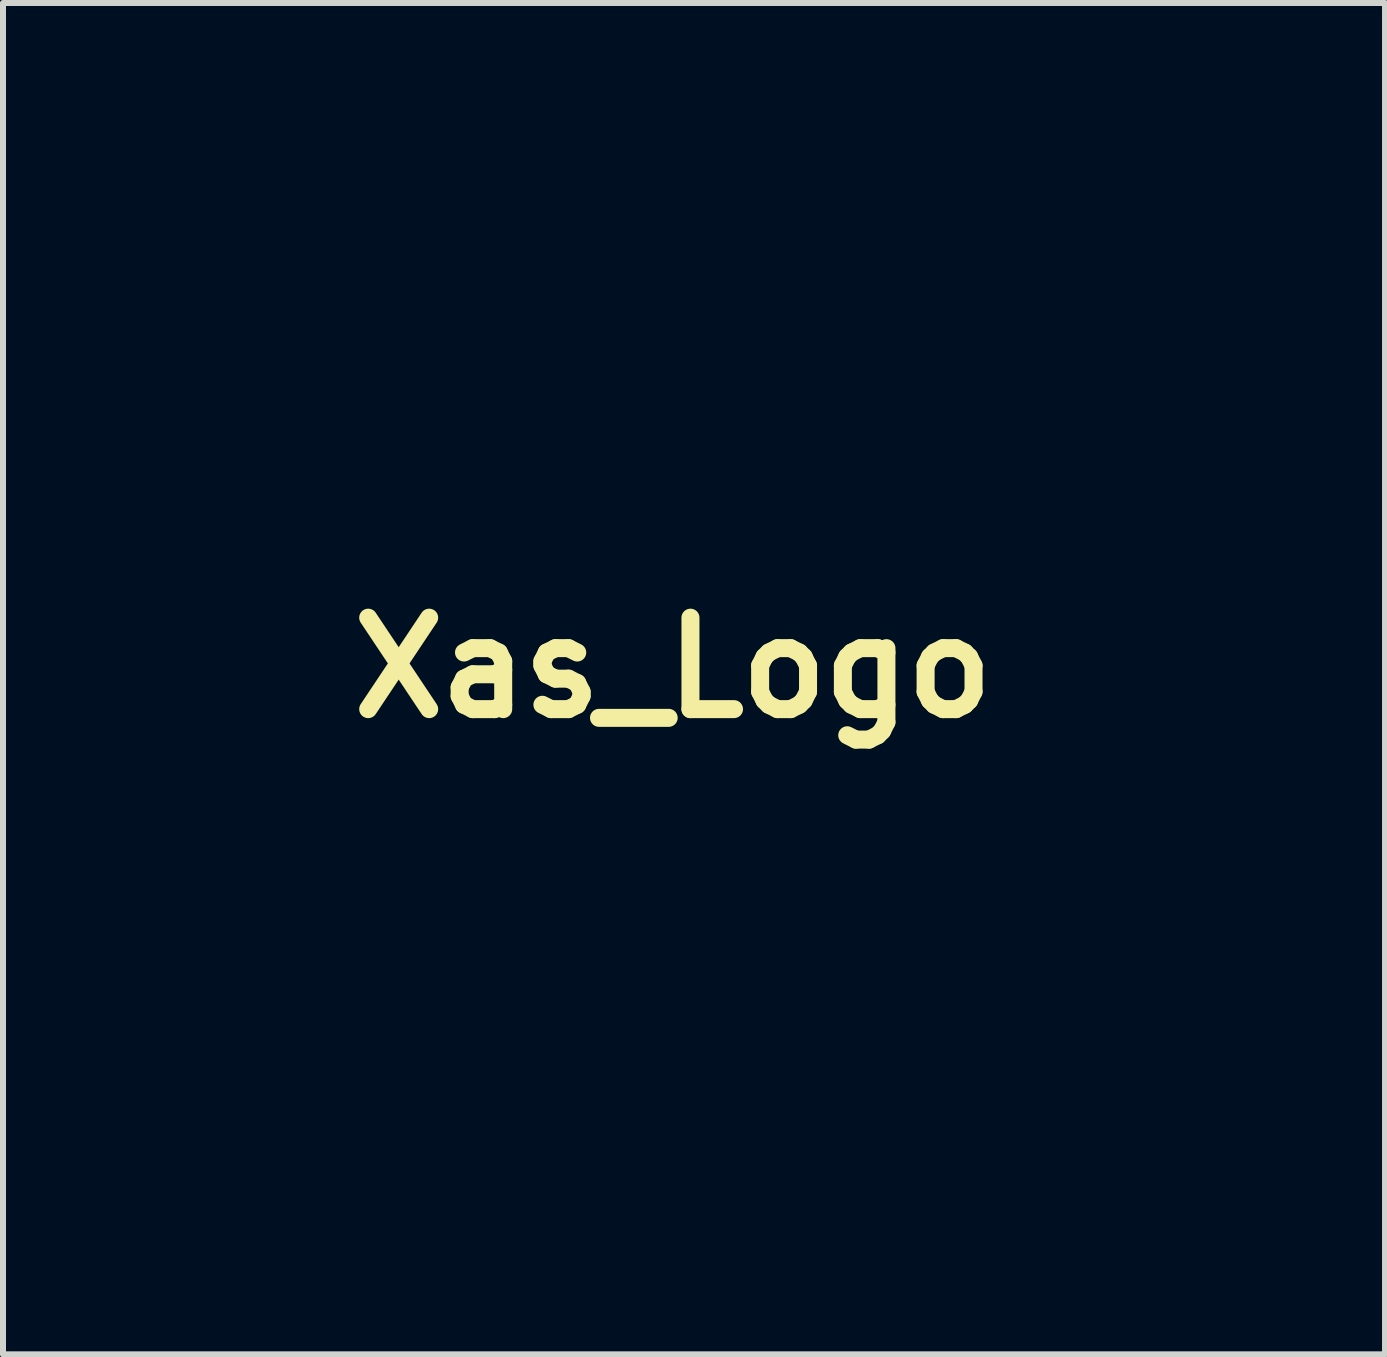
<source format=kicad_pcb>
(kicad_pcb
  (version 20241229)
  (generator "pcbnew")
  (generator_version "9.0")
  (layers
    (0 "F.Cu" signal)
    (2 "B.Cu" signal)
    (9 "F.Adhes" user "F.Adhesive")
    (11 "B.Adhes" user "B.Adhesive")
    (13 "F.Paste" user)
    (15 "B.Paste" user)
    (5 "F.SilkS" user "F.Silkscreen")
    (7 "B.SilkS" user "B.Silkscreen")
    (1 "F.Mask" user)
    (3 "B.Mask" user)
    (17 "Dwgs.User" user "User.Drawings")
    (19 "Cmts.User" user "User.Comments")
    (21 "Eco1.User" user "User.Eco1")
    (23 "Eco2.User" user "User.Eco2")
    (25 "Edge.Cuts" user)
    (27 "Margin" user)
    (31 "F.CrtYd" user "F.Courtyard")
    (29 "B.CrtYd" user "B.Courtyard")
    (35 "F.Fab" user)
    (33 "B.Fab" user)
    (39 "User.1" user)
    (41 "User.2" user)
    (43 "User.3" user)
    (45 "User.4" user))
  (footprint "Xas_Logo"
    (layer "F.Cu")
    (at 8.166 8.078)
    (property "Reference" "Xas_Logo" (at 0 0 0) (layer "F.SilkS") (effects (font (size 1.524 1.524) (thickness 0.3))))
    (attr through_hole)
    (fp_poly (pts (xy 4.361 0.369) (xy 4.345 0.453) (xy 4.257 0.574) (xy 4.096 0.667) (xy 3.887 0.725) (xy 3.656 0.745) (xy 3.428 0.72) (xy 3.27 0.668) (xy 3.095 0.57) (xy 3.016 0.485) (xy 3.028 0.408) (xy 3.042 0.392) (xy 3.113 0.367) (xy 3.235 0.403) (xy 3.278 0.422) (xy 3.55 0.5) (xy 3.827 0.476) (xy 4.06 0.379) (xy 4.226 0.303) (xy 4.327 0.3) (xy 4.361 0.369)) (stroke (width 0.01) (type solid)) (fill yes) (layer "F.Mask"))
    (fp_poly (pts (xy -1.566 -3.918) (xy -1.393 -3.799) (xy -1.234 -3.625) (xy -1.178 -3.541) (xy -1.101 -3.373) (xy -1.052 -3.186) (xy -1.036 -3.012) (xy -1.058 -2.887) (xy -1.072 -2.865) (xy -1.158 -2.799) (xy -1.225 -2.822) (xy -1.242 -2.857) (xy -1.261 -2.947) (xy -1.284 -3.086) (xy -1.289 -3.117) (xy -1.367 -3.376) (xy -1.523 -3.573) (xy -1.641 -3.657) (xy -1.82 -3.777) (xy -1.905 -3.869) (xy -1.896 -3.93) (xy -1.792 -3.96) (xy -1.728 -3.962) (xy -1.566 -3.918)) (stroke (width 0.01) (type solid)) (fill yes) (layer "F.Mask"))
    (fp_poly (pts (xy 0.254 -8.073) (xy 0.667 -8.062) (xy 1.058 -8.041) (xy 1.406 -8.01) (xy 1.69 -7.97) (xy 1.854 -7.933) (xy 2.177 -7.832) (xy 2.556 -7.705) (xy 2.952 -7.565) (xy 3.327 -7.426) (xy 3.378 -7.407) (xy 3.673 -7.279) (xy 3.997 -7.116) (xy 4.334 -6.927) (xy 4.668 -6.723) (xy 4.986 -6.513) (xy 5.271 -6.307) (xy 5.508 -6.117) (xy 5.682 -5.95) (xy 5.771 -5.831) (xy 5.853 -5.699) (xy 5.912 -5.616) (xy 5.985 -5.523) (xy 6.096 -5.382) (xy 6.217 -5.227) (xy 6.766 -4.453) (xy 7.225 -3.646) (xy 7.589 -2.814) (xy 7.591 -2.81) (xy 7.682 -2.556) (xy 7.761 -2.314) (xy 7.821 -2.111) (xy 7.851 -1.976) (xy 7.852 -1.975) (xy 7.883 -1.794) (xy 7.922 -1.625) (xy 7.931 -1.595) (xy 7.979 -1.437) (xy 8.319 -1.531) (xy 8.545 -1.591) (xy 8.694 -1.618) (xy 8.782 -1.61) (xy 8.83 -1.567) (xy 8.854 -1.487) (xy 8.854 -1.486) (xy 8.86 -1.389) (xy 8.827 -1.3) (xy 8.743 -1.206) (xy 8.596 -1.092) (xy 8.372 -0.945) (xy 8.356 -0.935) (xy 7.996 -0.706) (xy 8.012 -0.115) (xy 8.003 0.598) (xy 7.939 1.305) (xy 7.823 1.99) (xy 7.66 2.634) (xy 7.452 3.22) (xy 7.205 3.729) (xy 7.188 3.759) (xy 7.081 3.943) (xy 6.95 4.17) (xy 6.821 4.394) (xy 6.807 4.42) (xy 6.648 4.691) (xy 6.506 4.916) (xy 6.366 5.113) (xy 6.214 5.297) (xy 6.033 5.486) (xy 5.812 5.697) (xy 5.533 5.947) (xy 5.359 6.099) (xy 5.076 6.346) (xy 4.86 6.534) (xy 4.701 6.67) (xy 4.591 6.763) (xy 4.52 6.82) (xy 4.479 6.849) (xy 4.458 6.858) (xy 4.456 6.858) (xy 4.403 6.883) (xy 4.285 6.95) (xy 4.122 7.048) (xy 4.027 7.106) (xy 3.697 7.302) (xy 3.367 7.482) (xy 3.063 7.632) (xy 2.807 7.741) (xy 2.718 7.772) (xy 2.578 7.821) (xy 2.479 7.865) (xy 2.464 7.875) (xy 2.394 7.895) (xy 2.247 7.918) (xy 2.05 7.94) (xy 1.93 7.95) (xy 1.683 7.971) (xy 1.442 7.998) (xy 1.246 8.024) (xy 1.194 8.033) (xy 1.056 8.049) (xy 0.841 8.063) (xy 0.571 8.073) (xy 0.271 8.08) (xy 0.076 8.081) (xy -0.481 8.068) (xy -1.009 8.028) (xy -1.489 7.964) (xy -1.904 7.879) (xy -2.215 7.782) (xy -2.402 7.714) (xy -1.734 7.714) (xy -1.489 7.75) (xy -1.29 7.781) (xy -1.091 7.815) (xy -1.041 7.824) (xy -0.915 7.839) (xy -0.718 7.85) (xy -0.471 7.859) (xy -0.192 7.865) (xy 0.099 7.867) (xy 0.383 7.866) (xy 0.641 7.861) (xy 0.852 7.854) (xy 0.999 7.842) (xy 1.058 7.83) (xy 1.065 7.795) (xy 0.972 7.764) (xy 0.906 7.753) (xy 0.641 7.699) (xy 0.319 7.613) (xy -0.026 7.506) (xy -0.117 7.474) (xy 1.344 7.474) (xy 1.381 7.499) (xy 1.473 7.52) (xy 1.629 7.543) (xy 1.807 7.557) (xy 1.984 7.562) (xy 2.137 7.559) (xy 2.245 7.547) (xy 2.284 7.527) (xy 2.272 7.514) (xy 2.165 7.479) (xy 1.993 7.45) (xy 1.793 7.431) (xy 1.6 7.423) (xy 1.448 7.43) (xy 1.388 7.444) (xy 1.344 7.474) (xy -0.117 7.474) (xy -0.357 7.39) (xy -0.623 7.281) (xy -1.017 7.106) (xy -1.145 7.257) (xy -1.265 7.376) (xy -1.424 7.506) (xy -1.503 7.562) (xy -1.734 7.714) (xy -2.402 7.714) (xy -2.468 7.691) (xy -2.637 7.647) (xy -2.726 7.649) (xy -2.743 7.677) (xy -2.757 7.752) (xy -2.793 7.895) (xy -2.844 8.074) (xy -2.847 8.084) (xy -2.918 8.289) (xy -2.989 8.403) (xy -3.07 8.437) (xy -3.173 8.4) (xy -3.193 8.387) (xy -3.253 8.3) (xy -3.301 8.13) (xy -3.335 7.898) (xy -3.35 7.624) (xy -3.351 7.591) (xy -3.352 7.538) (xy -1.981 7.538) (xy -1.945 7.553) (xy -1.851 7.516) (xy -1.72 7.441) (xy -1.573 7.339) (xy -1.431 7.224) (xy -1.403 7.197) (xy -1.143 6.953) (xy -1.295 6.829) (xy -1.443 6.737) (xy -1.502 6.723) (xy -0.812 6.723) (xy -0.781 6.817) (xy -0.662 6.898) (xy -0.517 6.954) (xy -0.532 6.922) (xy -0.59 6.835) (xy -0.606 6.812) (xy -0.677 6.694) (xy -0.711 6.603) (xy -0.712 6.596) (xy -0.721 6.569) (xy -0.466 6.569) (xy -0.453 6.656) (xy -0.431 6.692) (xy -0.316 6.782) (xy -0.146 6.84) (xy 0.035 6.855) (xy 0.182 6.821) (xy 0.194 6.814) (xy 0.212 6.759) (xy 0.16 6.683) (xy 0.059 6.603) (xy -0.065 6.538) (xy -0.191 6.505) (xy -0.22 6.503) (xy -0.389 6.52) (xy -0.466 6.569) (xy -0.721 6.569) (xy -0.724 6.559) (xy -0.762 6.604) (xy -0.812 6.723) (xy -1.502 6.723) (xy -1.569 6.706) (xy -1.653 6.738) (xy -1.676 6.809) (xy -1.699 6.906) (xy -1.756 7.058) (xy -1.829 7.214) (xy -1.906 7.37) (xy -1.961 7.487) (xy -1.981 7.538) (xy -3.352 7.538) (xy -3.355 7.419) (xy -3.356 7.417) (xy -2.68 7.417) (xy -2.521 7.463) (xy -2.37 7.501) (xy -2.266 7.499) (xy -2.187 7.444) (xy -2.111 7.32) (xy -2.035 7.161) (xy -1.939 6.926) (xy -1.903 6.766) (xy -1.929 6.678) (xy -1.998 6.655) (xy -2.084 6.625) (xy -2.198 6.553) (xy -2.207 6.547) (xy -2.312 6.484) (xy -2.383 6.48) (xy -2.387 6.483) (xy -2.42 6.549) (xy -2.469 6.689) (xy -2.528 6.877) (xy -2.555 6.972) (xy -2.68 7.417) (xy -3.356 7.417) (xy -3.375 7.317) (xy -3.422 7.255) (xy -3.511 7.203) (xy -3.518 7.199) (xy -4.022 6.927) (xy -4.485 6.644) (xy -4.937 6.329) (xy -5.408 5.961) (xy -5.596 5.805) (xy -5.838 5.585) (xy -6.091 5.325) (xy -6.335 5.048) (xy -6.549 4.778) (xy -6.715 4.537) (xy -6.776 4.431) (xy -6.849 4.301) (xy -6.954 4.126) (xy -7.057 3.963) (xy -7.238 3.662) (xy -7.412 3.334) (xy -7.566 3.007) (xy -7.686 2.711) (xy -7.749 2.515) (xy -7.793 2.339) (xy -7.845 2.113) (xy -7.901 1.862) (xy -7.956 1.606) (xy -8.005 1.37) (xy -8.043 1.177) (xy -8.066 1.048) (xy -8.069 1.016) (xy -8.074 0.941) (xy -8.084 0.784) (xy -8.099 0.564) (xy -8.117 0.3) (xy -8.128 0.127) (xy -8.145 -0.17) (xy -8.156 -0.449) (xy -8.157 -0.462) (xy -7.808 -0.462) (xy -7.788 0.07) (xy -7.737 0.637) (xy -7.656 1.226) (xy -7.616 1.459) (xy -7.525 1.927) (xy -7.43 2.316) (xy -7.327 2.65) (xy -7.207 2.952) (xy -7.112 3.153) (xy -7.017 3.329) (xy -6.896 3.54) (xy -6.757 3.769) (xy -6.613 4.001) (xy -6.473 4.217) (xy -6.348 4.403) (xy -6.249 4.541) (xy -6.185 4.615) (xy -6.172 4.623) (xy -6.167 4.575) (xy -6.164 4.449) (xy -5.837 4.449) (xy -5.831 4.737) (xy -5.819 4.937) (xy -5.783 5.378) (xy -5.403 5.692) (xy -4.89 6.097) (xy -4.403 6.442) (xy -3.956 6.716) (xy -3.867 6.764) (xy -3.685 6.864) (xy -3.536 6.949) (xy -3.445 7.007) (xy -3.43 7.018) (xy -3.377 7.022) (xy -3.335 6.94) (xy -3.31 6.789) (xy -3.306 6.706) (xy -3.293 6.558) (xy -3.261 6.342) (xy -3.218 6.09) (xy -3.167 5.833) (xy -3.115 5.602) (xy -3.095 5.522) (xy -3.075 5.399) (xy -3.073 5.229) (xy -3.09 4.995) (xy -3.125 4.68) (xy -3.128 4.658) (xy -3.182 4.108) (xy -3.189 3.808) (xy -2.979 3.808) (xy -2.966 4.211) (xy -2.948 4.42) (xy -2.917 4.7) (xy -2.891 4.895) (xy -2.864 5.02) (xy -2.829 5.09) (xy -2.78 5.122) (xy -2.713 5.13) (xy -2.674 5.131) (xy -2.542 5.152) (xy -2.38 5.205) (xy -2.216 5.279) (xy -2.078 5.358) (xy -1.994 5.429) (xy -1.981 5.459) (xy -2.001 5.538) (xy -2.051 5.676) (xy -2.111 5.819) (xy -2.241 6.113) (xy -2.099 6.23) (xy -1.995 6.307) (xy -1.927 6.347) (xy -1.921 6.348) (xy -1.907 6.303) (xy -1.904 6.182) (xy -1.913 6.012) (xy -1.913 6.007) (xy -1.924 5.813) (xy -1.914 5.682) (xy -1.876 5.577) (xy -1.82 5.486) (xy -1.725 5.381) (xy -1.619 5.309) (xy -1.528 5.282) (xy -1.477 5.312) (xy -1.473 5.336) (xy -1.504 5.411) (xy -1.579 5.52) (xy -1.6 5.546) (xy -1.691 5.698) (xy -1.727 5.849) (xy -1.712 6.032) (xy -1.672 6.217) (xy -1.616 6.372) (xy -1.555 6.468) (xy -1.53 6.484) (xy -1.435 6.522) (xy -1.298 6.587) (xy -1.253 6.611) (xy -1.131 6.67) (xy -1.054 6.698) (xy -1.042 6.697) (xy -0.97 6.571) (xy -0.907 6.372) (xy -0.861 6.13) (xy -0.839 5.875) (xy -0.839 5.87) (xy -0.824 5.632) (xy -0.793 5.49) (xy -0.747 5.445) (xy -0.688 5.499) (xy -0.635 5.606) (xy -0.594 5.813) (xy -0.612 6.085) (xy -0.687 6.404) (xy -0.692 6.419) (xy -0.704 6.476) (xy -0.674 6.463) (xy -0.615 6.406) (xy -0.459 6.316) (xy -0.265 6.294) (xy -0.055 6.332) (xy 0.146 6.418) (xy 0.314 6.543) (xy 0.426 6.698) (xy 0.457 6.84) (xy 0.411 6.937) (xy 0.286 7.009) (xy 0.103 7.048) (xy -0.116 7.046) (xy -0.146 7.043) (xy -0.279 7.032) (xy -0.317 7.045) (xy -0.264 7.079) (xy -0.123 7.134) (xy 0.102 7.206) (xy 0.318 7.271) (xy 0.579 7.344) (xy 0.765 7.389) (xy 0.898 7.407) (xy 1.001 7.398) (xy 1.094 7.364) (xy 1.197 7.306) (xy 1.399 7.233) (xy 1.656 7.204) (xy 1.935 7.216) (xy 2.199 7.267) (xy 2.415 7.355) (xy 2.465 7.389) (xy 2.534 7.436) (xy 2.597 7.456) (xy 2.678 7.444) (xy 2.799 7.396) (xy 2.983 7.308) (xy 3.032 7.284) (xy 3.203 7.195) (xy 3.333 7.119) (xy 3.399 7.071) (xy 3.404 7.063) (xy 3.37 7.005) (xy 3.3 6.932) (xy 3.21 6.803) (xy 3.215 6.728) (xy 3.422 6.728) (xy 3.439 6.782) (xy 3.478 6.823) (xy 3.547 6.883) (xy 3.614 6.9) (xy 3.704 6.87) (xy 3.844 6.788) (xy 3.894 6.756) (xy 4.135 6.604) (xy 3.855 6.604) (xy 3.681 6.616) (xy 3.538 6.646) (xy 3.484 6.671) (xy 3.422 6.728) (xy 3.215 6.728) (xy 3.219 6.672) (xy 3.325 6.546) (xy 3.465 6.46) (xy 3.602 6.398) (xy 3.719 6.368) (xy 3.854 6.365) (xy 4.046 6.385) (xy 4.068 6.388) (xy 4.431 6.435) (xy 4.74 6.176) (xy 5.05 5.918) (xy 4.722 5.905) (xy 4.51 5.893) (xy 4.229 5.873) (xy 3.903 5.845) (xy 3.556 5.814) (xy 3.211 5.78) (xy 2.893 5.746) (xy 2.626 5.715) (xy 2.433 5.689) (xy 2.413 5.686) (xy 2.084 5.622) (xy 1.735 5.539) (xy 1.396 5.444) (xy 1.092 5.346) (xy 0.854 5.252) (xy 0.801 5.226) (xy 0.633 5.147) (xy 0.525 5.114) (xy 0.449 5.121) (xy 0.408 5.142) (xy 0.317 5.176) (xy 0.255 5.139) (xy 0.217 5.02) (xy 0.199 4.843) (xy 0.61 4.843) (xy 0.656 4.908) (xy 0.786 4.99) (xy 0.981 5.08) (xy 1.228 5.173) (xy 1.508 5.261) (xy 1.656 5.302) (xy 1.913 5.367) (xy 2.12 5.416) (xy 2.301 5.455) (xy 2.482 5.486) (xy 2.685 5.515) (xy 2.935 5.544) (xy 3.256 5.579) (xy 3.353 5.589) (xy 3.885 5.64) (xy 4.328 5.669) (xy 4.694 5.679) (xy 4.993 5.668) (xy 5.197 5.643) (xy 5.351 5.603) (xy 5.496 5.527) (xy 5.647 5.405) (xy 5.817 5.222) (xy 6.02 4.969) (xy 6.099 4.865) (xy 6.235 4.668) (xy 6.396 4.415) (xy 6.566 4.13) (xy 6.732 3.837) (xy 6.881 3.56) (xy 6.997 3.325) (xy 7.057 3.186) (xy 7.089 3.09) (xy 7.07 3.071) (xy 6.997 3.106) (xy 6.896 3.163) (xy 6.743 3.254) (xy 6.575 3.355) (xy 6.303 3.504) (xy 5.989 3.65) (xy 5.662 3.78) (xy 5.352 3.883) (xy 5.089 3.949) (xy 5.009 3.961) (xy 4.799 3.975) (xy 4.533 3.976) (xy 4.234 3.968) (xy 3.928 3.95) (xy 3.64 3.924) (xy 3.395 3.893) (xy 3.218 3.858) (xy 3.175 3.844) (xy 3.01 3.787) (xy 2.803 3.72) (xy 2.667 3.679) (xy 2.522 3.628) (xy 2.325 3.546) (xy 2.093 3.444) (xy 1.845 3.329) (xy 1.602 3.211) (xy 1.38 3.1) (xy 1.201 3.003) (xy 1.081 2.93) (xy 1.042 2.897) (xy 0.986 2.841) (xy 0.954 2.867) (xy 0.963 2.954) (xy 0.974 2.985) (xy 1.001 3.1) (xy 1.021 3.283) (xy 1.032 3.498) (xy 1.033 3.556) (xy 1.008 3.958) (xy 0.93 4.296) (xy 0.803 4.56) (xy 0.734 4.646) (xy 0.651 4.752) (xy 0.61 4.836) (xy 0.61 4.843) (xy 0.199 4.843) (xy 0.195 4.81) (xy 0.195 4.806) (xy 0.197 4.62) (xy 0.223 4.506) (xy 0.268 4.474) (xy 0.324 4.53) (xy 0.359 4.606) (xy 0.401 4.698) (xy 0.435 4.703) (xy 0.461 4.665) (xy 0.505 4.513) (xy 0.512 4.31) (xy 0.483 4.097) (xy 0.455 4.002) (xy 0.42 3.873) (xy 0.418 3.786) (xy 0.424 3.775) (xy 0.495 3.762) (xy 0.578 3.825) (xy 0.655 3.946) (xy 0.69 4.042) (xy 0.726 4.161) (xy 0.749 4.19) (xy 0.77 4.14) (xy 0.778 4.113) (xy 0.808 3.94) (xy 0.789 3.783) (xy 0.714 3.61) (xy 0.61 3.443) (xy 0.514 3.288) (xy 0.451 3.164) (xy 0.434 3.096) (xy 0.435 3.093) (xy 0.51 3.049) (xy 0.611 3.089) (xy 0.705 3.188) (xy 0.78 3.271) (xy 0.813 3.273) (xy 0.807 3.202) (xy 0.763 3.067) (xy 0.685 2.879) (xy 0.61 2.722) (xy 0.489 2.438) (xy 0.364 2.077) (xy 0.363 2.073) (xy 0.66 2.073) (xy 0.698 2.152) (xy 0.799 2.269) (xy 0.94 2.404) (xy 1.1 2.535) (xy 1.237 2.629) (xy 1.484 2.773) (xy 1.772 2.926) (xy 2.069 3.074) (xy 2.349 3.203) (xy 2.58 3.297) (xy 2.642 3.319) (xy 2.939 3.412) (xy 3.222 3.496) (xy 3.47 3.564) (xy 3.658 3.609) (xy 3.734 3.622) (xy 4.072 3.647) (xy 4.456 3.644) (xy 4.834 3.614) (xy 5.055 3.581) (xy 5.365 3.512) (xy 5.658 3.422) (xy 5.951 3.304) (xy 6.263 3.148) (xy 6.612 2.947) (xy 7.015 2.691) (xy 7.141 2.608) (xy 7.552 2.336) (xy 7.613 2.003) (xy 7.69 1.528) (xy 7.748 1.046) (xy 7.785 0.586) (xy 7.798 0.174) (xy 7.79 -0.101) (xy 7.758 -0.601) (xy 7.548 -0.499) (xy 7.389 -0.396) (xy 7.254 -0.265) (xy 7.228 -0.229) (xy 7.16 -0.121) (xy 7.148 -0.068) (xy 7.189 -0.043) (xy 7.217 -0.035) (xy 7.297 0.007) (xy 7.315 0.04) (xy 7.276 0.094) (xy 7.169 0.192) (xy 7.011 0.322) (xy 6.82 0.47) (xy 6.612 0.623) (xy 6.403 0.77) (xy 6.212 0.898) (xy 6.054 0.993) (xy 6.034 1.003) (xy 5.851 1.089) (xy 5.677 1.148) (xy 5.561 1.168) (xy 5.433 1.188) (xy 5.374 1.257) (xy 5.37 1.27) (xy 5.311 1.354) (xy 5.195 1.361) (xy 5.024 1.293) (xy 4.942 1.26) (xy 4.835 1.24) (xy 4.684 1.232) (xy 4.47 1.234) (xy 4.184 1.244) (xy 3.872 1.255) (xy 3.636 1.255) (xy 3.454 1.242) (xy 3.302 1.216) (xy 3.217 1.194) (xy 3.057 1.15) (xy 2.957 1.138) (xy 2.879 1.163) (xy 2.786 1.226) (xy 2.777 1.233) (xy 2.528 1.4) (xy 2.23 1.567) (xy 1.905 1.723) (xy 1.579 1.86) (xy 1.273 1.966) (xy 1.012 2.032) (xy 0.876 2.049) (xy 0.744 2.057) (xy 0.668 2.069) (xy 0.66 2.073) (xy 0.363 2.073) (xy 0.242 1.664) (xy 0.131 1.224) (xy 0.038 0.78) (xy 0.021 0.686) (xy -0.026 0.456) (xy -0.077 0.306) (xy -0.14 0.213) (xy -0.165 0.191) (xy -0.282 0.117) (xy -0.359 0.112) (xy -0.402 0.186) (xy -0.418 0.346) (xy -0.415 0.534) (xy -0.403 0.752) (xy -0.385 0.932) (xy -0.355 1.11) (xy -0.308 1.317) (xy -0.237 1.587) (xy -0.234 1.598) (xy -0.177 1.902) (xy -0.156 2.239) (xy -0.169 2.566) (xy -0.218 2.843) (xy -0.223 2.86) (xy -0.261 3.024) (xy -0.252 3.104) (xy -0.239 3.112) (xy -0.211 3.155) (xy -0.244 3.214) (xy -0.313 3.25) (xy -0.326 3.251) (xy -0.426 3.217) (xy -0.535 3.136) (xy -0.621 3.038) (xy -0.65 2.955) (xy -0.65 2.953) (xy -0.593 2.884) (xy -0.536 2.87) (xy -0.453 2.831) (xy -0.395 2.706) (xy -0.391 2.692) (xy -0.368 2.512) (xy -0.366 2.27) (xy -0.384 2) (xy -0.42 1.738) (xy -0.47 1.521) (xy -0.486 1.473) (xy -0.526 1.323) (xy -0.565 1.106) (xy -0.597 0.857) (xy -0.61 0.712) (xy -0.65 0.179) (xy -0.841 0.013) (xy -0.86 0) (xy -0.025 0) (xy -0.021 0.047) (xy -0.003 0.051) (xy 0.049 0.014) (xy 0.051 0) (xy 0.033 -0.049) (xy 0.028 -0.051) (xy -0.015 -0.015) (xy -0.025 0) (xy -0.86 0) (xy -1.029 -0.12) (xy -1.248 -0.212) (xy -1.528 -0.273) (xy -1.63 -0.287) (xy -1.779 -0.3) (xy -1.868 -0.279) (xy -1.94 -0.209) (xy -1.971 -0.166) (xy -2.055 -0.017) (xy -2.119 0.176) (xy -2.167 0.429) (xy -2.203 0.759) (xy -2.216 0.944) (xy -2.231 1.288) (xy -2.224 1.548) (xy -2.196 1.719) (xy -2.148 1.797) (xy -2.111 1.798) (xy -2.032 1.8) (xy -2.003 1.863) (xy -2.035 1.955) (xy -2.053 1.976) (xy -2.102 2.045) (xy -2.076 2.089) (xy -2.004 2.125) (xy -1.873 2.238) (xy -1.784 2.422) (xy -1.741 2.656) (xy -1.745 2.919) (xy -1.8 3.189) (xy -1.844 3.312) (xy -1.949 3.463) (xy -2.109 3.593) (xy -2.289 3.679) (xy -2.455 3.699) (xy -2.455 3.699) (xy -2.57 3.635) (xy -2.669 3.495) (xy -2.743 3.303) (xy -2.748 3.274) (xy -2.337 3.274) (xy -2.326 3.406) (xy -2.284 3.448) (xy -2.192 3.407) (xy -2.151 3.38) (xy -2.07 3.277) (xy -1.999 3.107) (xy -1.948 2.905) (xy -1.93 2.712) (xy -1.93 2.573) (xy -2.062 2.696) (xy -2.245 2.925) (xy -2.33 3.178) (xy -2.337 3.274) (xy -2.748 3.274) (xy -2.78 3.085) (xy -2.78 3.073) (xy -2.598 3.073) (xy -2.5 2.868) (xy -2.397 2.707) (xy -2.256 2.548) (xy -2.204 2.502) (xy -2.094 2.407) (xy -2.057 2.358) (xy -2.087 2.34) (xy -2.117 2.339) (xy -2.223 2.38) (xy -2.343 2.489) (xy -2.456 2.639) (xy -2.541 2.803) (xy -2.569 2.903) (xy -2.598 3.073) (xy -2.78 3.073) (xy -2.78 2.946) (xy -2.758 2.667) (xy -2.846 2.873) (xy -2.918 3.117) (xy -2.963 3.436) (xy -2.979 3.808) (xy -3.189 3.808) (xy -3.192 3.638) (xy -3.155 3.236) (xy -3.069 2.891) (xy -2.931 2.59) (xy -2.74 2.321) (xy -2.676 2.249) (xy -2.45 2.007) (xy -2.444 1.372) (xy -2.427 0.861) (xy -2.386 0.427) (xy -2.321 0.076) (xy -2.233 -0.187) (xy -2.125 -0.356) (xy -2.119 -0.362) (xy -2.007 -0.47) (xy -2.269 -0.441) (xy -2.555 -0.373) (xy -2.885 -0.233) (xy -3.245 -0.034) (xy -3.619 0.214) (xy -3.995 0.5) (xy -4.356 0.811) (xy -4.688 1.136) (xy -4.978 1.464) (xy -5.209 1.784) (xy -5.295 1.93) (xy -5.499 2.339) (xy -5.645 2.705) (xy -5.743 3.064) (xy -5.802 3.447) (xy -5.828 3.832) (xy -5.836 4.134) (xy -5.837 4.449) (xy -6.164 4.449) (xy -6.164 4.446) (xy -6.162 4.255) (xy -6.163 4.026) (xy -6.142 3.422) (xy -6.069 2.898) (xy -5.945 2.457) (xy -5.917 2.388) (xy -5.799 2.14) (xy -5.64 1.849) (xy -5.46 1.552) (xy -5.281 1.286) (xy -5.212 1.192) (xy -4.993 0.942) (xy -4.704 0.663) (xy -4.366 0.371) (xy -3.998 0.084) (xy -3.622 -0.181) (xy -3.258 -0.409) (xy -3.202 -0.441) (xy -3.034 -0.543) (xy -2.959 -0.612) (xy -2.974 -0.65) (xy -3.065 -0.66) (xy -3.237 -0.696) (xy -3.452 -0.793) (xy -3.686 -0.936) (xy -3.914 -1.111) (xy -4.088 -1.278) (xy -4.218 -1.426) (xy -4.311 -1.55) (xy -4.354 -1.63) (xy -4.355 -1.642) (xy -4.369 -1.716) (xy -4.429 -1.833) (xy -4.455 -1.874) (xy -4.553 -2.044) (xy -4.609 -2.194) (xy -4.615 -2.3) (xy -4.602 -2.323) (xy -4.541 -2.325) (xy -4.415 -2.296) (xy -4.279 -2.252) (xy -4.105 -2.176) (xy -4.007 -2.106) (xy -3.99 -2.05) (xy -4.058 -2.018) (xy -4.158 -2.015) (xy -4.329 -2.023) (xy -4.166 -1.855) (xy -3.969 -1.707) (xy -3.767 -1.623) (xy -3.587 -1.569) (xy -3.497 -1.522) (xy -3.485 -1.473) (xy -3.53 -1.423) (xy -3.612 -1.383) (xy -3.728 -1.394) (xy -3.797 -1.413) (xy -3.941 -1.45) (xy -3.994 -1.444) (xy -3.955 -1.394) (xy -3.826 -1.3) (xy -3.817 -1.294) (xy -3.696 -1.222) (xy -3.586 -1.183) (xy -3.45 -1.17) (xy -3.251 -1.175) (xy -3.24 -1.176) (xy -3.044 -1.181) (xy -2.93 -1.173) (xy -2.879 -1.148) (xy -2.87 -1.119) (xy -2.916 -1.057) (xy -3.035 -0.999) (xy -3.07 -0.989) (xy -3.178 -0.95) (xy -3.204 -0.917) (xy -3.144 -0.887) (xy -2.994 -0.858) (xy -2.749 -0.831) (xy -2.565 -0.815) (xy -2.214 -0.768) (xy -1.799 -0.683) (xy -1.348 -0.567) (xy -0.89 -0.427) (xy -0.541 -0.304) (xy -0.342 -0.239) (xy -0.197 -0.22) (xy -0.084 -0.237) (xy 0.048 -0.29) (xy 0.094 -0.353) (xy 0.053 -0.431) (xy -0.078 -0.528) (xy -0.303 -0.649) (xy -0.365 -0.679) (xy -0.585 -0.779) (xy -0.791 -0.864) (xy -0.953 -0.922) (xy -1.016 -0.939) (xy -1.451 -1.058) (xy -1.854 -1.24) (xy -2.2 -1.473) (xy -2.359 -1.62) (xy -2.466 -1.718) (xy -2.553 -1.773) (xy -2.572 -1.778) (xy -2.654 -1.803) (xy -2.654 -1.866) (xy -2.577 -1.948) (xy -2.53 -1.98) (xy -2.358 -2.064) (xy -2.242 -2.075) (xy -2.188 -2.014) (xy -2.184 -1.981) (xy -2.21 -1.899) (xy -2.245 -1.88) (xy -2.262 -1.853) (xy -2.212 -1.783) (xy -2.113 -1.687) (xy -1.982 -1.578) (xy -1.834 -1.473) (xy -1.746 -1.419) (xy -1.567 -1.334) (xy -1.335 -1.246) (xy -1.095 -1.173) (xy -1.062 -1.164) (xy -0.805 -1.087) (xy -0.516 -0.982) (xy -0.252 -0.869) (xy -0.218 -0.852) (xy 0.202 -0.646) (xy 0.437 -0.736) (xy 0.73 -0.893) (xy 0.974 -1.112) (xy 1.121 -1.327) (xy 1.18 -1.452) (xy 1.193 -1.534) (xy 1.158 -1.62) (xy 1.12 -1.685) (xy 1 -1.833) (xy 0.81 -2.012) (xy 0.569 -2.204) (xy 0.298 -2.394) (xy 0.017 -2.567) (xy -0.025 -2.591) (xy -0.212 -2.692) (xy -0.332 -2.749) (xy -0.404 -2.766) (xy -0.449 -2.749) (xy -0.482 -2.71) (xy -0.558 -2.653) (xy -0.623 -2.692) (xy -0.674 -2.824) (xy -0.692 -2.925) (xy -0.755 -3.223) (xy -0.853 -3.518) (xy -0.973 -3.776) (xy -1.077 -3.934) (xy -1.291 -4.141) (xy -1.592 -4.357) (xy -1.969 -4.574) (xy -2.41 -4.784) (xy -2.696 -4.903) (xy -2.979 -5.014) (xy -3.145 -4.817) (xy -3.343 -4.613) (xy -3.533 -4.488) (xy -3.636 -4.45) (xy -3.705 -4.448) (xy -3.778 -4.497) (xy -3.873 -4.612) (xy -3.934 -4.698) (xy -4.039 -4.84) (xy -4.125 -4.941) (xy -4.174 -4.978) (xy -4.261 -4.956) (xy -4.368 -4.902) (xy -4.459 -4.839) (xy -4.5 -4.788) (xy -4.499 -4.78) (xy -4.435 -4.741) (xy -4.317 -4.706) (xy -4.313 -4.706) (xy -4.149 -4.636) (xy -3.987 -4.509) (xy -3.852 -4.352) (xy -3.771 -4.192) (xy -3.759 -4.117) (xy -3.772 -4.004) (xy -3.818 -3.969) (xy -3.848 -3.972) (xy -3.929 -4.03) (xy -3.954 -4.09) (xy -4.03 -4.248) (xy -4.201 -4.393) (xy -4.469 -4.526) (xy -4.519 -4.546) (xy -4.846 -4.715) (xy -5.134 -4.962) (xy -5.397 -5.298) (xy -5.397 -5.299) (xy -5.525 -5.492) (xy -5.558 -5.316) (xy -5.563 -5.076) (xy -5.504 -4.788) (xy -5.388 -4.48) (xy -5.351 -4.403) (xy -5.256 -4.251) (xy -5.121 -4.078) (xy -4.965 -3.903) (xy -4.806 -3.747) (xy -4.663 -3.626) (xy -4.554 -3.562) (xy -4.525 -3.556) (xy -4.414 -3.527) (xy -4.349 -3.49) (xy -4.289 -3.43) (xy -4.314 -3.378) (xy -4.329 -3.364) (xy -4.455 -3.324) (xy -4.625 -3.37) (xy -4.836 -3.502) (xy -5.083 -3.716) (xy -5.131 -3.763) (xy -5.485 -4.117) (xy -5.752 -3.932) (xy -5.951 -3.778) (xy -6.188 -3.57) (xy -6.447 -3.322) (xy -6.714 -3.052) (xy -6.972 -2.776) (xy -7.207 -2.509) (xy -7.402 -2.268) (xy -7.544 -2.069) (xy -7.589 -1.991) (xy -7.689 -1.723) (xy -7.759 -1.371) (xy -7.798 -0.946) (xy -7.808 -0.462) (xy -8.157 -0.462) (xy -8.161 -0.687) (xy -8.159 -0.859) (xy -8.155 -0.914) (xy -8.101 -1.324) (xy -8.05 -1.641) (xy -8 -1.873) (xy -7.949 -2.028) (xy -7.916 -2.091) (xy -7.851 -2.201) (xy -7.823 -2.279) (xy -7.823 -2.28) (xy -7.803 -2.353) (xy -7.752 -2.485) (xy -7.7 -2.602) (xy -7.532 -2.968) (xy -7.315 -2.968) (xy -7.282 -2.99) (xy -7.189 -3.073) (xy -7.051 -3.205) (xy -6.879 -3.373) (xy -6.807 -3.445) (xy -6.597 -3.648) (xy -6.384 -3.843) (xy -6.193 -4.007) (xy -6.045 -4.121) (xy -6.029 -4.132) (xy -5.84 -4.262) (xy -5.725 -4.359) (xy -5.673 -4.44) (xy -5.668 -4.523) (xy -5.69 -4.603) (xy -5.726 -4.737) (xy -5.761 -4.922) (xy -5.779 -5.04) (xy -5.817 -5.331) (xy -6.16 -4.902) (xy -6.337 -4.67) (xy -6.52 -4.412) (xy -6.68 -4.171) (xy -6.737 -4.078) (xy -6.857 -3.87) (xy -6.981 -3.646) (xy -7.098 -3.426) (xy -7.2 -3.229) (xy -7.274 -3.074) (xy -7.312 -2.982) (xy -7.315 -2.968) (xy -7.532 -2.968) (xy -7.526 -2.981) (xy -7.385 -3.282) (xy -7.27 -3.522) (xy -7.174 -3.717) (xy -7.087 -3.882) (xy -7.002 -4.033) (xy -6.912 -4.186) (xy -6.901 -4.204) (xy -6.449 -4.867) (xy -5.919 -5.496) (xy -5.72 -5.699) (xy -5.399 -5.699) (xy -5.28 -5.507) (xy -5.163 -5.336) (xy -5.032 -5.168) (xy -5.012 -5.145) (xy -4.916 -5.042) (xy -4.853 -5.008) (xy -4.79 -5.03) (xy -4.756 -5.054) (xy -4.629 -5.135) (xy -4.498 -5.203) (xy -4.347 -5.273) (xy -4.712 -5.646) (xy -5.076 -6.02) (xy -5.399 -5.699) (xy -5.72 -5.699) (xy -5.628 -5.792) (xy -5.232 -6.176) (xy -5.465 -6.403) (xy -5.484 -6.423) (xy -4.407 -6.423) (xy -4.363 -6.389) (xy -4.258 -6.31) (xy -4.114 -6.203) (xy -4.089 -6.185) (xy -3.906 -6.041) (xy -3.689 -5.86) (xy -3.479 -5.675) (xy -3.429 -5.629) (xy -3.247 -5.468) (xy -3.078 -5.343) (xy -2.89 -5.234) (xy -2.653 -5.122) (xy -2.51 -5.061) (xy -2.256 -4.949) (xy -2.007 -4.832) (xy -1.793 -4.724) (xy -1.672 -4.656) (xy -1.527 -4.572) (xy -1.42 -4.517) (xy -1.376 -4.505) (xy -1.381 -4.556) (xy -1.422 -4.648) (xy -1.494 -4.741) (xy -1.558 -4.775) (xy -1.62 -4.81) (xy -1.626 -4.834) (xy -1.65 -4.909) (xy -1.711 -5.036) (xy -1.758 -5.119) (xy -1.847 -5.253) (xy -1.91 -5.302) (xy -1.946 -5.288) (xy -2.009 -5.242) (xy -2.064 -5.257) (xy -2.126 -5.346) (xy -2.183 -5.459) (xy -2.357 -5.719) (xy -2.6 -5.947) (xy -2.8 -6.074) (xy -2.89 -6.116) (xy -2.923 -6.113) (xy -2.897 -6.055) (xy -2.811 -5.929) (xy -2.775 -5.88) (xy -2.711 -5.77) (xy -2.716 -5.7) (xy -2.733 -5.68) (xy -2.784 -5.663) (xy -2.862 -5.706) (xy -2.983 -5.818) (xy -3.014 -5.85) (xy -3.322 -6.102) (xy -3.693 -6.285) (xy -4.102 -6.39) (xy -4.102 -6.39) (xy -4.264 -6.411) (xy -4.374 -6.423) (xy -4.407 -6.423) (xy -5.484 -6.423) (xy -5.635 -6.578) (xy -5.734 -6.704) (xy -5.77 -6.797) (xy -5.75 -6.87) (xy -5.738 -6.887) (xy -5.642 -6.947) (xy -5.497 -6.948) (xy -5.293 -6.888) (xy -5.021 -6.765) (xy -5.01 -6.759) (xy -4.611 -6.559) (xy -4.503 -6.619) (xy -4.056 -6.619) (xy -3.819 -6.564) (xy -3.659 -6.535) (xy -3.563 -6.544) (xy -3.513 -6.576) (xy -3.468 -6.6) (xy -3.396 -6.593) (xy -3.28 -6.55) (xy -3.103 -6.466) (xy -2.954 -6.39) (xy -2.745 -6.279) (xy -2.564 -6.178) (xy -2.434 -6.101) (xy -2.384 -6.065) (xy -2.298 -6.007) (xy -2.256 -5.994) (xy -2.205 -5.958) (xy -2.105 -5.861) (xy -1.973 -5.719) (xy -1.88 -5.613) (xy -1.736 -5.452) (xy -1.616 -5.325) (xy -1.534 -5.248) (xy -1.51 -5.232) (xy -1.476 -5.19) (xy -1.41 -5.079) (xy -1.325 -4.921) (xy -1.233 -4.74) (xy -1.144 -4.56) (xy -1.072 -4.402) (xy -1.026 -4.29) (xy -1.016 -4.253) (xy -0.989 -4.194) (xy -0.92 -4.078) (xy -0.84 -3.958) (xy -0.723 -3.756) (xy -0.62 -3.522) (xy -0.579 -3.398) (xy -0.526 -3.228) (xy -0.47 -3.122) (xy -0.38 -3.045) (xy -0.231 -2.964) (xy -0.209 -2.953) (xy 0.102 -2.784) (xy 0.408 -2.592) (xy 0.697 -2.387) (xy 0.955 -2.179) (xy 1.169 -1.981) (xy 1.326 -1.803) (xy 1.412 -1.656) (xy 1.425 -1.6) (xy 1.444 -1.57) (xy 1.493 -1.637) (xy 1.54 -1.727) (xy 1.582 -1.822) (xy 1.612 -1.917) (xy 1.631 -2.033) (xy 1.641 -2.188) (xy 1.645 -2.402) (xy 1.643 -2.694) (xy 1.643 -2.778) (xy 1.636 -3.135) (xy 1.622 -3.421) (xy 1.598 -3.668) (xy 1.561 -3.907) (xy 1.507 -4.169) (xy 1.503 -4.188) (xy 1.422 -4.531) (xy 1.346 -4.801) (xy 1.267 -5.026) (xy 1.172 -5.232) (xy 1.052 -5.449) (xy 1 -5.537) (xy 0.691 -5.999) (xy 0.378 -6.37) (xy 0.051 -6.664) (xy 0.004 -6.699) (xy -0.255 -6.876) (xy -0.566 -7.069) (xy -0.896 -7.26) (xy -1.212 -7.429) (xy -1.482 -7.558) (xy -1.505 -7.568) (xy -1.715 -7.656) (xy -0.922 -7.656) (xy -0.483 -7.412) (xy -0.249 -7.272) (xy 0.000434 -7.107) (xy 0.249 -6.931) (xy 0.477 -6.756) (xy 0.67 -6.597) (xy 0.808 -6.466) (xy 0.869 -6.386) (xy 0.951 -6.257) (xy 1.018 -6.172) (xy 1.076 -6.088) (xy 1.166 -5.935) (xy 1.276 -5.734) (xy 1.391 -5.512) (xy 1.644 -4.911) (xy 1.833 -4.244) (xy 1.953 -3.527) (xy 2.001 -2.774) (xy 2.001 -2.529) (xy 1.996 -2.188) (xy 2.19 -2.387) (xy 2.355 -2.531) (xy 2.553 -2.668) (xy 2.646 -2.72) (xy 2.821 -2.795) (xy 3.027 -2.864) (xy 3.238 -2.92) (xy 3.428 -2.957) (xy 3.57 -2.969) (xy 3.629 -2.957) (xy 3.719 -2.928) (xy 3.81 -2.918) (xy 4.042 -2.91) (xy 4.191 -2.898) (xy 4.274 -2.879) (xy 4.31 -2.848) (xy 4.316 -2.807) (xy 4.276 -2.734) (xy 4.179 -2.632) (xy 4.053 -2.525) (xy 3.926 -2.436) (xy 3.828 -2.39) (xy 3.812 -2.388) (xy 3.764 -2.423) (xy 3.771 -2.506) (xy 3.829 -2.602) (xy 3.839 -2.613) (xy 3.89 -2.673) (xy 3.859 -2.691) (xy 3.82 -2.692) (xy 3.632 -2.654) (xy 3.436 -2.555) (xy 3.278 -2.422) (xy 3.252 -2.389) (xy 3.148 -2.268) (xy 3.071 -2.242) (xy 3.017 -2.309) (xy 3.014 -2.314) (xy 3.028 -2.406) (xy 3.113 -2.528) (xy 3.127 -2.543) (xy 3.21 -2.64) (xy 3.22 -2.684) (xy 3.187 -2.692) (xy 3.009 -2.65) (xy 2.854 -2.517) (xy 2.714 -2.293) (xy 2.613 -2.093) (xy 2.542 -1.971) (xy 2.491 -1.915) (xy 2.447 -1.91) (xy 2.408 -1.935) (xy 2.369 -1.989) (xy 2.378 -2.073) (xy 2.413 -2.168) (xy 2.453 -2.288) (xy 2.441 -2.328) (xy 2.384 -2.293) (xy 2.288 -2.185) (xy 2.173 -2.028) (xy 2.019 -1.806) (xy 1.886 -1.624) (xy 1.756 -1.463) (xy 1.615 -1.307) (xy 1.445 -1.136) (xy 1.231 -0.932) (xy 0.978 -0.698) (xy 0.725 -0.464) (xy 0.539 -0.287) (xy 0.409 -0.155) (xy 0.325 -0.056) (xy 0.278 0.021) (xy 0.258 0.086) (xy 0.254 0.136) (xy 0.274 0.26) (xy 0.339 0.302) (xy 0.454 0.262) (xy 0.602 0.159) (xy 0.754 0.049) (xy 0.905 -0.046) (xy 0.94 -0.066) (xy 1.042 -0.137) (xy 1.189 -0.261) (xy 1.356 -0.418) (xy 1.444 -0.505) (xy 1.664 -0.711) (xy 1.892 -0.894) (xy 2.108 -1.04) (xy 2.294 -1.135) (xy 2.427 -1.168) (xy 2.528 -1.191) (xy 2.669 -1.246) (xy 2.718 -1.27) (xy 2.848 -1.332) (xy 2.94 -1.368) (xy 2.957 -1.372) (xy 2.983 -1.328) (xy 2.996 -1.221) (xy 2.993 -1.089) (xy 2.975 -0.972) (xy 2.966 -0.944) (xy 2.9 -0.873) (xy 2.814 -0.878) (xy 2.761 -0.941) (xy 2.712 -0.991) (xy 2.604 -0.993) (xy 2.554 -0.985) (xy 2.357 -0.926) (xy 2.149 -0.816) (xy 1.914 -0.646) (xy 1.641 -0.407) (xy 1.509 -0.281) (xy 1.333 -0.114) (xy 1.181 0.023) (xy 1.069 0.116) (xy 1.012 0.152) (xy 1.011 0.152) (xy 0.945 0.18) (xy 0.828 0.253) (xy 0.736 0.318) (xy 0.541 0.507) (xy 0.434 0.73) (xy 0.413 0.995) (xy 0.475 1.313) (xy 0.48 1.33) (xy 0.568 1.574) (xy 0.668 1.732) (xy 0.798 1.813) (xy 0.974 1.823) (xy 1.212 1.77) (xy 1.351 1.726) (xy 1.529 1.655) (xy 1.758 1.549) (xy 2.002 1.425) (xy 2.136 1.352) (xy 2.349 1.229) (xy 2.487 1.14) (xy 2.565 1.073) (xy 2.599 1.015) (xy 2.602 0.952) (xy 2.602 0.946) (xy 2.603 0.867) (xy 2.637 0.825) (xy 2.72 0.82) (xy 2.865 0.854) (xy 3.087 0.925) (xy 3.146 0.946) (xy 3.367 1.016) (xy 3.54 1.051) (xy 3.709 1.056) (xy 3.861 1.044) (xy 4.104 0.991) (xy 4.723 0.991) (xy 4.889 1.016) (xy 5.015 1.021) (xy 5.08 0.975) (xy 5.093 0.948) (xy 5.154 0.881) (xy 5.22 0.89) (xy 5.422 0.948) (xy 5.617 0.937) (xy 5.776 0.888) (xy 5.911 0.832) (xy 5.964 0.792) (xy 5.948 0.754) (xy 5.926 0.736) (xy 5.847 0.654) (xy 5.865 0.595) (xy 5.977 0.563) (xy 6.074 0.559) (xy 6.27 0.536) (xy 6.452 0.455) (xy 6.529 0.406) (xy 6.691 0.286) (xy 6.78 0.202) (xy 6.791 0.159) (xy 6.719 0.164) (xy 6.605 0.169) (xy 6.551 0.151) (xy 6.511 0.082) (xy 6.539 0.001) (xy 6.616 -0.049) (xy 6.641 -0.052) (xy 6.742 -0.084) (xy 6.858 -0.158) (xy 6.922 -0.221) (xy 6.913 -0.24) (xy 6.902 -0.237) (xy 6.814 -0.21) (xy 6.661 -0.162) (xy 6.477 -0.105) (xy 6.474 -0.104) (xy 6.239 -0.014) (xy 5.994 0.121) (xy 5.711 0.315) (xy 5.668 0.347) (xy 5.453 0.505) (xy 5.24 0.656) (xy 5.057 0.781) (xy 4.965 0.841) (xy 4.723 0.991) (xy 4.104 0.991) (xy 4.176 0.975) (xy 4.54 0.824) (xy 4.953 0.591) (xy 5.419 0.275) (xy 5.441 0.26) (xy 5.878 -0.059) (xy 5.784 -0.243) (xy 5.741 -0.366) (xy 5.709 -0.529) (xy 5.69 -0.704) (xy 5.686 -0.863) (xy 5.699 -0.977) (xy 5.728 -1.018) (xy 5.886 -1.031) (xy 6.066 -1.048) (xy 6.233 -1.068) (xy 6.353 -1.086) (xy 6.388 -1.093) (xy 6.43 -1.155) (xy 6.451 -1.285) (xy 6.452 -1.319) (xy 6.452 -1.524) (xy 6.21 -1.353) (xy 5.976 -1.21) (xy 5.776 -1.143) (xy 5.588 -1.148) (xy 5.507 -1.17) (xy 5.372 -1.241) (xy 5.326 -1.318) (xy 5.363 -1.377) (xy 5.475 -1.394) (xy 5.572 -1.376) (xy 5.732 -1.361) (xy 5.904 -1.413) (xy 6.104 -1.538) (xy 6.194 -1.611) (xy 6.771 -1.611) (xy 6.771 -1.471) (xy 6.772 -1.448) (xy 6.788 -1.273) (xy 6.832 -1.184) (xy 6.927 -1.165) (xy 7.092 -1.199) (xy 7.096 -1.2) (xy 7.201 -1.279) (xy 7.23 -1.338) (xy 7.488 -1.338) (xy 7.551 -1.322) (xy 7.667 -1.343) (xy 7.709 -1.363) (xy 7.745 -1.41) (xy 7.737 -1.499) (xy 7.705 -1.601) (xy 7.637 -1.798) (xy 7.583 -1.648) (xy 7.532 -1.511) (xy 7.493 -1.41) (xy 7.488 -1.338) (xy 7.23 -1.338) (xy 7.281 -1.44) (xy 7.335 -1.589) (xy 7.378 -1.705) (xy 7.387 -1.729) (xy 7.39 -1.776) (xy 7.332 -1.794) (xy 7.202 -1.79) (xy 6.991 -1.772) (xy 6.861 -1.746) (xy 6.794 -1.698) (xy 6.771 -1.611) (xy 6.194 -1.611) (xy 6.263 -1.667) (xy 6.431 -1.796) (xy 6.602 -1.887) (xy 6.804 -1.95) (xy 7.068 -1.995) (xy 7.206 -2.011) (xy 7.528 -2.046) (xy 7.383 -2.162) (xy 7.254 -2.24) (xy 7.072 -2.319) (xy 6.934 -2.365) (xy 6.63 -2.417) (xy 6.297 -2.418) (xy 5.965 -2.374) (xy 5.661 -2.287) (xy 5.413 -2.163) (xy 5.321 -2.092) (xy 5.215 -2.01) (xy 5.145 -2.003) (xy 5.123 -2.02) (xy 5.1 -2.104) (xy 5.154 -2.213) (xy 5.271 -2.326) (xy 5.434 -2.426) (xy 5.471 -2.443) (xy 5.653 -2.508) (xy 5.877 -2.57) (xy 6.023 -2.603) (xy 6.196 -2.638) (xy 6.29 -2.671) (xy 6.326 -2.714) (xy 6.325 -2.782) (xy 6.324 -2.792) (xy 6.307 -2.917) (xy 6.287 -3.093) (xy 6.276 -3.2) (xy 6.228 -3.522) (xy 6.148 -3.883) (xy 6.042 -4.264) (xy 5.917 -4.645) (xy 5.835 -4.862) (xy 6.217 -4.862) (xy 6.22 -4.807) (xy 6.252 -4.689) (xy 6.276 -4.618) (xy 6.347 -4.397) (xy 6.419 -4.136) (xy 6.488 -3.862) (xy 6.546 -3.602) (xy 6.587 -3.383) (xy 6.604 -3.23) (xy 6.605 -3.217) (xy 6.614 -3.028) (xy 6.635 -2.842) (xy 6.635 -2.839) (xy 6.661 -2.73) (xy 6.709 -2.666) (xy 6.809 -2.625) (xy 6.927 -2.597) (xy 7.113 -2.544) (xy 7.282 -2.476) (xy 7.341 -2.445) (xy 7.445 -2.393) (xy 7.504 -2.383) (xy 7.507 -2.387) (xy 7.496 -2.446) (xy 7.455 -2.578) (xy 7.391 -2.761) (xy 7.339 -2.9) (xy 7.228 -3.168) (xy 7.094 -3.458) (xy 6.96 -3.72) (xy 6.924 -3.785) (xy 6.784 -4.025) (xy 6.64 -4.261) (xy 6.502 -4.477) (xy 6.381 -4.659) (xy 6.287 -4.791) (xy 6.229 -4.858) (xy 6.217 -4.862) (xy 5.835 -4.862) (xy 5.781 -5.007) (xy 5.64 -5.328) (xy 5.501 -5.591) (xy 5.372 -5.774) (xy 5.366 -5.78) (xy 5.216 -5.921) (xy 5.009 -6.087) (xy 4.772 -6.258) (xy 4.532 -6.416) (xy 4.316 -6.543) (xy 4.159 -6.617) (xy 4.028 -6.674) (xy 3.848 -6.764) (xy 3.658 -6.866) (xy 3.658 -6.866) (xy 3.439 -6.975) (xy 3.149 -7.1) (xy 2.812 -7.232) (xy 2.454 -7.361) (xy 2.101 -7.479) (xy 1.78 -7.575) (xy 1.515 -7.64) (xy 1.512 -7.641) (xy 1.313 -7.67) (xy 1.039 -7.693) (xy 0.715 -7.71) (xy 0.367 -7.721) (xy 0.022 -7.724) (xy -0.297 -7.72) (xy -0.561 -7.707) (xy -0.727 -7.688) (xy -0.922 -7.656) (xy -1.715 -7.656) (xy -1.766 -7.678) (xy -2.191 -7.527) (xy -2.456 -7.426) (xy -2.754 -7.301) (xy -3.063 -7.163) (xy -3.358 -7.024) (xy -3.616 -6.893) (xy -3.812 -6.783) (xy -3.869 -6.746) (xy -4.056 -6.619) (xy -4.503 -6.619) (xy -4.325 -6.718) (xy -4.144 -6.823) (xy -3.976 -6.93) (xy -3.884 -6.993) (xy -3.751 -7.077) (xy -3.57 -7.173) (xy -3.426 -7.241) (xy -3.228 -7.329) (xy -3.032 -7.417) (xy -2.921 -7.468) (xy -2.567 -7.618) (xy -2.162 -7.761) (xy -1.747 -7.885) (xy -1.361 -7.977) (xy -1.205 -8.006) (xy -0.911 -8.04) (xy -0.556 -8.063) (xy -0.161 -8.073) (xy 0.254 -8.073)) (stroke (width 0.01) (type solid)) (fill yes) (layer "F.Mask")))
  (gr_rect
    (start -3 -3)
    (end 20.031 19.52)
    (stroke (width 0.1) (type default))
    (fill no)
    (layer "Edge.Cuts")))
</source>
